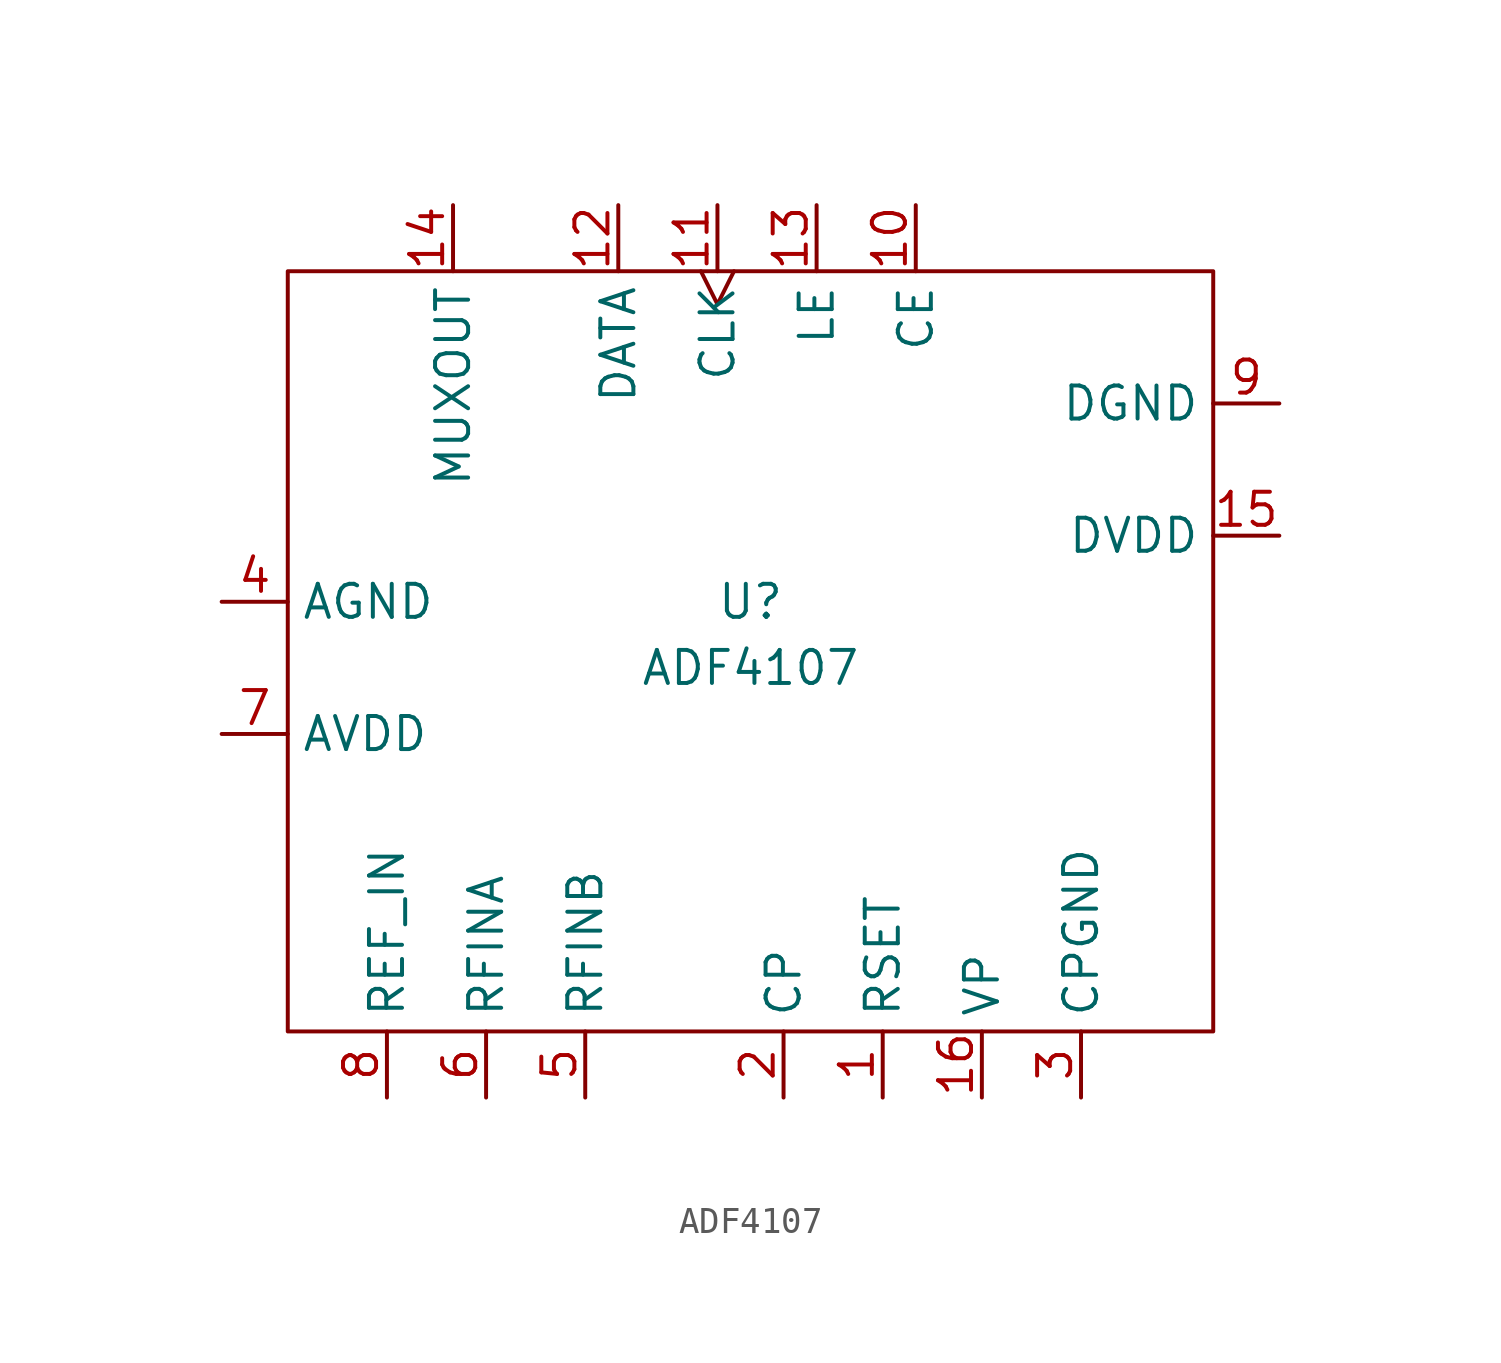
<source format=kicad_sym>
(kicad_symbol_lib
  (version 20211014)
  (generator kicad_symbol_editor)
  (symbol "ADF4107"
    (property "Reference" "U"
      (at 17.78 16.51 0)
      (effects (font (size 1.27 1.27))))
    (property "Value" "ADF4107"
      (at 17.78 13.97 0)
      (effects (font (size 1.27 1.27))))
    (symbol "ADF4107_0_1"
      (rectangle (start 0 29.21) (end 35.56 0) (stroke (width 0) (type default) (color 0 0 0 0)) (fill (type none))))
    (symbol "ADF4107_1_1"
      (pin input line (at 22.86 -2.54 90) (length 2.54) (name "RSET" (effects (font (size 1.27 1.27)))) (number "1" (effects (font (size 1.27 1.27)))))
      (pin input line (at 24.13 31.75 270) (length 2.54) (name "CE" (effects (font (size 1.27 1.27)))) (number "10" (effects (font (size 1.27 1.27)))))
      (pin input clock (at 16.51 31.75 270) (length 2.54) (name "CLK" (effects (font (size 1.27 1.27)))) (number "11" (effects (font (size 1.27 1.27)))))
      (pin input line (at 12.7 31.75 270) (length 2.54) (name "DATA" (effects (font (size 1.27 1.27)))) (number "12" (effects (font (size 1.27 1.27)))))
      (pin input line (at 20.32 31.75 270) (length 2.54) (name "LE" (effects (font (size 1.27 1.27)))) (number "13" (effects (font (size 1.27 1.27)))))
      (pin input line (at 6.35 31.75 270) (length 2.54) (name "MUXOUT" (effects (font (size 1.27 1.27)))) (number "14" (effects (font (size 1.27 1.27)))))
      (pin input line (at 38.1 19.05 180) (length 2.54) (name "DVDD" (effects (font (size 1.27 1.27)))) (number "15" (effects (font (size 1.27 1.27)))))
      (pin input line (at 26.67 -2.54 90) (length 2.54) (name "VP" (effects (font (size 1.27 1.27)))) (number "16" (effects (font (size 1.27 1.27)))))
      (pin input line (at 19.05 -2.54 90) (length 2.54) (name "CP" (effects (font (size 1.27 1.27)))) (number "2" (effects (font (size 1.27 1.27)))))
      (pin input line (at 30.48 -2.54 90) (length 2.54) (name "CPGND" (effects (font (size 1.27 1.27)))) (number "3" (effects (font (size 1.27 1.27)))))
      (pin input line (at -2.54 16.51 0) (length 2.54) (name "AGND" (effects (font (size 1.27 1.27)))) (number "4" (effects (font (size 1.27 1.27)))))
      (pin input line (at 11.43 -2.54 90) (length 2.54) (name "RFINB" (effects (font (size 1.27 1.27)))) (number "5" (effects (font (size 1.27 1.27)))))
      (pin input line (at 7.62 -2.54 90) (length 2.54) (name "RFINA" (effects (font (size 1.27 1.27)))) (number "6" (effects (font (size 1.27 1.27)))))
      (pin input line (at -2.54 11.43 0) (length 2.54) (name "AVDD" (effects (font (size 1.27 1.27)))) (number "7" (effects (font (size 1.27 1.27)))))
      (pin input line (at 3.81 -2.54 90) (length 2.54) (name "REF_IN" (effects (font (size 1.27 1.27)))) (number "8" (effects (font (size 1.27 1.27)))))
      (pin input line (at 38.1 24.13 180) (length 2.54) (name "DGND" (effects (font (size 1.27 1.27)))) (number "9" (effects (font (size 1.27 1.27))))))))
</source>
